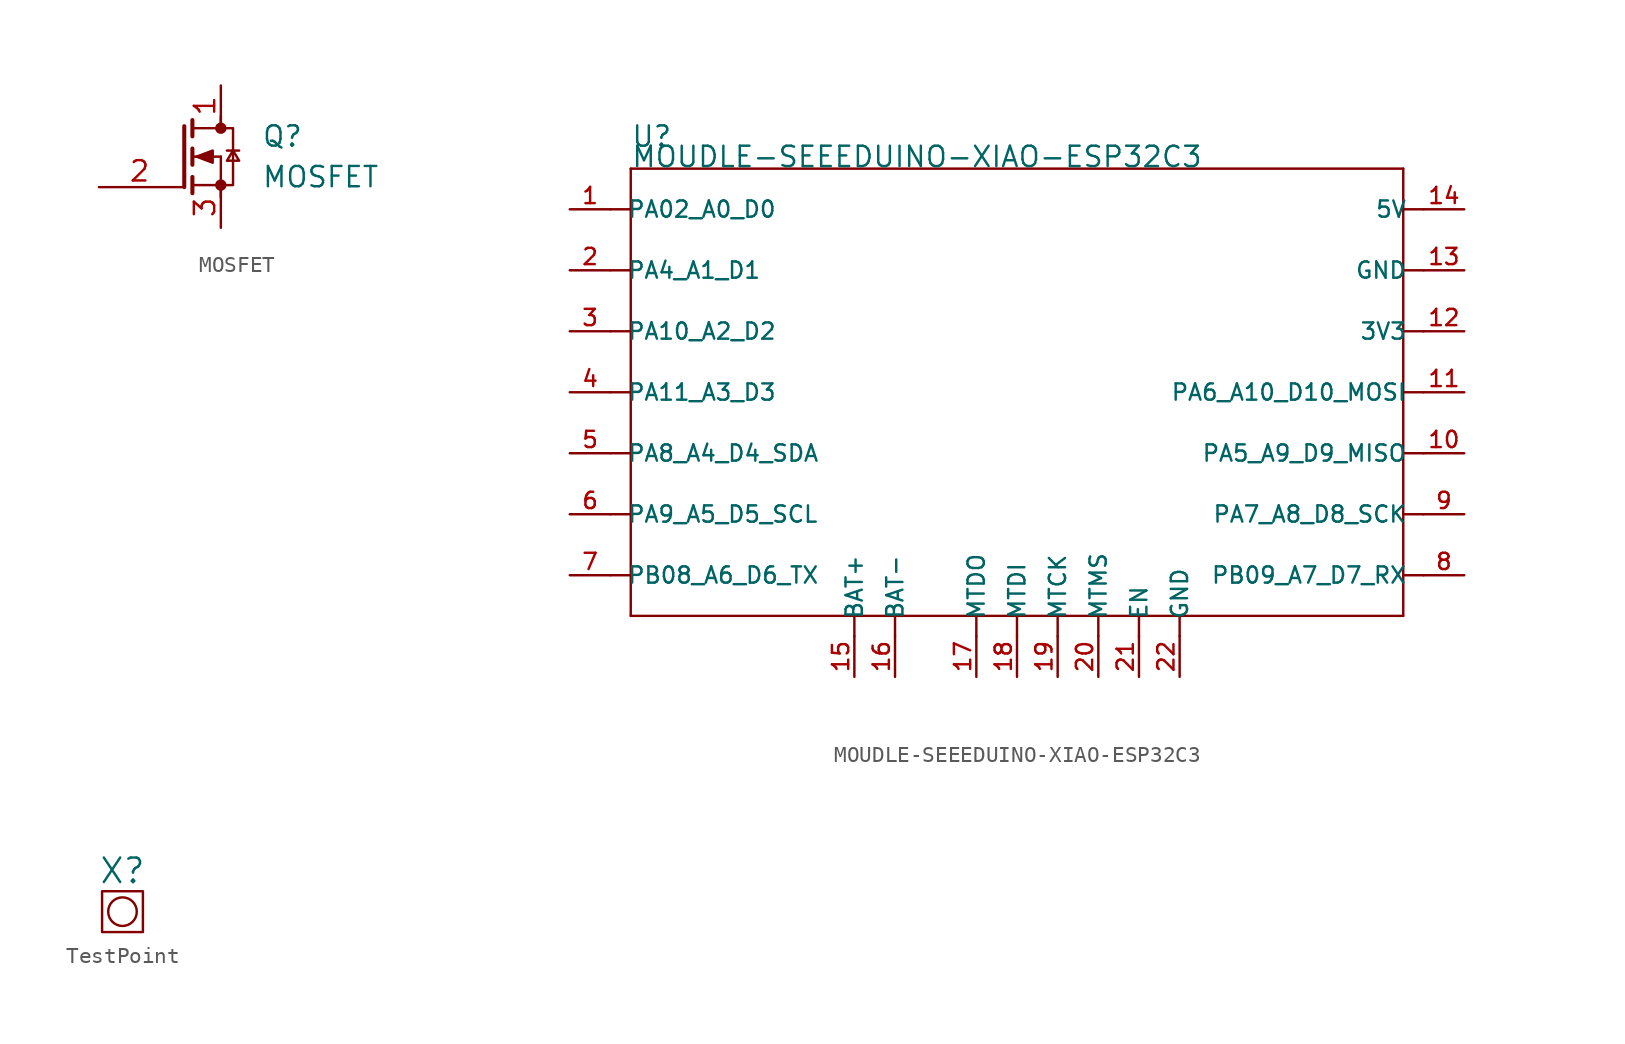
<source format=kicad_sym>
(kicad_symbol_lib
  (version 20220914)
  (generator kicad_symbol_editor)
  (symbol "MOSFET"
    (pin_names
      (offset 0) hide)
    (property "Reference" "Q"
      (at 5.08 0.635 0)
      (effects (font (size 1.27 1.27)) (justify left)))
    (property "Value" "MOSFET"
      (at 5.08 -1.905 0)
      (effects (font (size 1.27 1.27)) (justify left)))
    (symbol "MOSFET_0_1"
      (polyline (pts (xy 0.051 -2.54) (xy 0.254 -2.54)) (stroke (width 0) (type default)) (fill (type none)))
      (polyline (pts (xy 0.762 -2.413) (xy 2.54 -2.413)) (stroke (width 0) (type default)) (fill (type none)))
      (polyline (pts (xy 0.762 -1.905) (xy 0.762 -2.921)) (stroke (width 0.254) (type default)) (fill (type none)))
      (polyline (pts (xy 0.762 -0.635) (xy 2.54 -0.635)) (stroke (width 0) (type default)) (fill (type none)))
      (polyline (pts (xy 0.762 -0.127) (xy 0.762 -1.143)) (stroke (width 0.254) (type default)) (fill (type none)))
      (polyline (pts (xy 0.762 1.143) (xy 2.54 1.143)) (stroke (width 0) (type default)) (fill (type none)))
      (polyline (pts (xy 0.762 1.651) (xy 0.762 0.635)) (stroke (width 0.254) (type default)) (fill (type none)))
      (polyline (pts (xy 2.54 -2.413) (xy 2.54 -3.175)) (stroke (width 0) (type default)) (fill (type none)))
      (polyline (pts (xy 2.54 -2.413) (xy 2.54 -0.635)) (stroke (width 0) (type default)) (fill (type none)))
      (polyline (pts (xy 2.54 1.905) (xy 2.54 1.143)) (stroke (width 0) (type default)) (fill (type none)))
      (polyline (pts (xy 2.921 -0.254) (xy 3.683 -0.254)) (stroke (width 0) (type default)) (fill (type none)))
      (polyline (pts (xy 0.254 1.27) (xy 0.254 -2.54) (xy 0.254 -2.54)) (stroke (width 0.254) (type default)) (fill (type none)))
      (polyline (pts (xy 1.016 -0.635) (xy 2.032 -0.254) (xy 2.032 -1.016) (xy 1.016 -0.635)) (stroke (width 0) (type default)) (fill (type outline)))
      (polyline (pts (xy 2.54 -2.413) (xy 3.302 -2.413) (xy 3.302 1.143) (xy 2.54 1.143)) (stroke (width 0) (type default)) (fill (type none)))
      (polyline (pts (xy 3.302 -0.254) (xy 2.921 -0.889) (xy 3.683 -0.889) (xy 3.302 -0.254)) (stroke (width 0) (type default)) (fill (type none)))
      (circle (center 2.54 -2.413) (radius 0.279) (stroke (width 0) (type default)) (fill (type outline)))
      (circle (center 2.54 1.143) (radius 0.279) (stroke (width 0) (type default)) (fill (type outline))))
    (symbol "MOSFET_1_1"
      (pin passive line (at 2.54 3.81 270) (length 2.54) (name "D" (effects (font (size 1.27 1.27)))) (number "1" (effects (font (size 1.27 1.27)))))
      (pin input line (at -5.08 -2.54 0) (length 5.08) (name "G" (effects (font (size 1.27 1.27)))) (number "2" (effects (font (size 1.27 1.27)))))
      (pin passive line (at 2.54 -5.08 90) (length 2.54) (name "S" (effects (font (size 1.27 1.27)))) (number "3" (effects (font (size 1.27 1.27)))))))
  (symbol "MOUDLE-SEEEDUINO-XIAO-ESP32C3"
    (pin_names
      (offset 1.016))
    (property "Reference" "U"
      (at -24.13 15.24 0)
      (effects (font (size 1.27 1.27)) (justify left bottom)))
    (property "Value" "MOUDLE-SEEEDUINO-XIAO-ESP32C3"
      (at -24.13 13.97 0)
      (effects (font (size 1.27 1.27)) (justify left bottom)))
    (symbol "MOUDLE-SEEEDUINO-XIAO-ESP32C3_0_0"
      (polyline (pts (xy -24.13 -13.97) (xy -24.13 0)) (stroke (width 0.152) (type default)) (fill (type none)))
      (polyline (pts (xy -24.13 -11.43) (xy -25.4 -11.43)) (stroke (width 0.152) (type default)) (fill (type none)))
      (polyline (pts (xy -24.13 -7.62) (xy -25.4 -7.62)) (stroke (width 0.152) (type default)) (fill (type none)))
      (polyline (pts (xy -24.13 -3.81) (xy -25.4 -3.81)) (stroke (width 0.152) (type default)) (fill (type none)))
      (polyline (pts (xy -24.13 0) (xy -25.4 0)) (stroke (width 0.152) (type default)) (fill (type none)))
      (polyline (pts (xy -24.13 0) (xy -24.13 3.81)) (stroke (width 0.152) (type default)) (fill (type none)))
      (polyline (pts (xy -24.13 3.81) (xy -25.4 3.81)) (stroke (width 0.152) (type default)) (fill (type none)))
      (polyline (pts (xy -24.13 3.81) (xy -24.13 7.62)) (stroke (width 0.152) (type default)) (fill (type none)))
      (polyline (pts (xy -24.13 7.62) (xy -25.4 7.62)) (stroke (width 0.152) (type default)) (fill (type none)))
      (polyline (pts (xy -24.13 7.62) (xy -24.13 11.43)) (stroke (width 0.152) (type default)) (fill (type none)))
      (polyline (pts (xy -24.13 11.43) (xy -25.4 11.43)) (stroke (width 0.152) (type default)) (fill (type none)))
      (polyline (pts (xy -24.13 11.43) (xy -24.13 13.97)) (stroke (width 0.152) (type default)) (fill (type none)))
      (polyline (pts (xy -24.13 13.97) (xy 24.13 13.97)) (stroke (width 0.152) (type default)) (fill (type none)))
      (polyline (pts (xy -10.16 -13.97) (xy -10.16 -15.24)) (stroke (width 0.152) (type default)) (fill (type none)))
      (polyline (pts (xy -7.62 -13.97) (xy -7.62 -15.24)) (stroke (width 0.152) (type default)) (fill (type none)))
      (polyline (pts (xy -2.54 -13.97) (xy -2.54 -15.24)) (stroke (width 0.152) (type default)) (fill (type none)))
      (polyline (pts (xy 0 -13.97) (xy 0 -15.24)) (stroke (width 0.152) (type default)) (fill (type none)))
      (polyline (pts (xy 2.54 -13.97) (xy 2.54 -15.24)) (stroke (width 0.152) (type default)) (fill (type none)))
      (polyline (pts (xy 5.08 -13.97) (xy 5.08 -15.24)) (stroke (width 0.152) (type default)) (fill (type none)))
      (polyline (pts (xy 7.62 -13.97) (xy 7.62 -15.24)) (stroke (width 0.152) (type default)) (fill (type none)))
      (polyline (pts (xy 10.16 -13.97) (xy 10.16 -15.24)) (stroke (width 0.152) (type default)) (fill (type none)))
      (polyline (pts (xy 24.13 -13.97) (xy -24.13 -13.97)) (stroke (width 0.152) (type default)) (fill (type none)))
      (polyline (pts (xy 24.13 3.81) (xy 24.13 -13.97)) (stroke (width 0.152) (type default)) (fill (type none)))
      (polyline (pts (xy 24.13 7.62) (xy 24.13 3.81)) (stroke (width 0.152) (type default)) (fill (type none)))
      (polyline (pts (xy 24.13 11.43) (xy 24.13 7.62)) (stroke (width 0.152) (type default)) (fill (type none)))
      (polyline (pts (xy 24.13 13.97) (xy 24.13 11.43)) (stroke (width 0.152) (type default)) (fill (type none)))
      (polyline (pts (xy 25.4 -11.43) (xy 24.13 -11.43)) (stroke (width 0.152) (type default)) (fill (type none)))
      (polyline (pts (xy 25.4 -7.62) (xy 24.13 -7.62)) (stroke (width 0.152) (type default)) (fill (type none)))
      (polyline (pts (xy 25.4 -3.81) (xy 24.13 -3.81)) (stroke (width 0.152) (type default)) (fill (type none)))
      (polyline (pts (xy 25.4 0) (xy 24.13 0)) (stroke (width 0.152) (type default)) (fill (type none)))
      (polyline (pts (xy 25.4 3.81) (xy 24.13 3.81)) (stroke (width 0.152) (type default)) (fill (type none)))
      (polyline (pts (xy 25.4 7.62) (xy 24.13 7.62)) (stroke (width 0.152) (type default)) (fill (type none)))
      (polyline (pts (xy 25.4 11.43) (xy 24.13 11.43)) (stroke (width 0.152) (type default)) (fill (type none)))
      (pin bidirectional line (at -27.94 11.43 0) (length 2.54) (name "PA02_A0_D0" (effects (font (size 1.016 1.016)))) (number "1" (effects (font (size 1.016 1.016)))))
      (pin bidirectional line (at 27.94 -3.81 180) (length 2.54) (name "PA5_A9_D9_MISO" (effects (font (size 1.016 1.016)))) (number "10" (effects (font (size 1.016 1.016)))))
      (pin bidirectional line (at 27.94 0 180) (length 2.54) (name "PA6_A10_D10_MOSI" (effects (font (size 1.016 1.016)))) (number "11" (effects (font (size 1.016 1.016)))))
      (pin power_in line (at 27.94 3.81 180) (length 2.54) (name "3V3" (effects (font (size 1.016 1.016)))) (number "12" (effects (font (size 1.016 1.016)))))
      (pin power_in line (at 27.94 7.62 180) (length 2.54) (name "GND" (effects (font (size 1.016 1.016)))) (number "13" (effects (font (size 1.016 1.016)))))
      (pin power_in line (at 27.94 11.43 180) (length 2.54) (name "5V" (effects (font (size 1.016 1.016)))) (number "14" (effects (font (size 1.016 1.016)))))
      (pin power_in line (at -10.16 -17.78 90) (length 2.54) (name "BAT+" (effects (font (size 1.016 1.016)))) (number "15" (effects (font (size 1.016 1.016)))))
      (pin power_in line (at -7.62 -17.78 90) (length 2.54) (name "BAT-" (effects (font (size 1.016 1.016)))) (number "16" (effects (font (size 1.016 1.016)))))
      (pin output line (at -2.54 -17.78 90) (length 2.54) (name "MTDO" (effects (font (size 1.016 1.016)))) (number "17" (effects (font (size 1.016 1.016)))))
      (pin input line (at 0 -17.78 90) (length 2.54) (name "MTDI" (effects (font (size 1.016 1.016)))) (number "18" (effects (font (size 1.016 1.016)))))
      (pin bidirectional line (at 2.54 -17.78 90) (length 2.54) (name "MTCK" (effects (font (size 1.016 1.016)))) (number "19" (effects (font (size 1.016 1.016)))))
      (pin bidirectional line (at -27.94 7.62 0) (length 2.54) (name "PA4_A1_D1" (effects (font (size 1.016 1.016)))) (number "2" (effects (font (size 1.016 1.016)))))
      (pin bidirectional line (at 5.08 -17.78 90) (length 2.54) (name "MTMS" (effects (font (size 1.016 1.016)))) (number "20" (effects (font (size 1.016 1.016)))))
      (pin input line (at 7.62 -17.78 90) (length 2.54) (name "EN" (effects (font (size 1.016 1.016)))) (number "21" (effects (font (size 1.016 1.016)))))
      (pin power_in line (at 10.16 -17.78 90) (length 2.54) (name "GND" (effects (font (size 1.016 1.016)))) (number "22" (effects (font (size 1.016 1.016)))))
      (pin bidirectional line (at -27.94 3.81 0) (length 2.54) (name "PA10_A2_D2" (effects (font (size 1.016 1.016)))) (number "3" (effects (font (size 1.016 1.016)))))
      (pin bidirectional line (at -27.94 0 0) (length 2.54) (name "PA11_A3_D3" (effects (font (size 1.016 1.016)))) (number "4" (effects (font (size 1.016 1.016)))))
      (pin bidirectional line (at -27.94 -3.81 0) (length 2.54) (name "PA8_A4_D4_SDA" (effects (font (size 1.016 1.016)))) (number "5" (effects (font (size 1.016 1.016)))))
      (pin bidirectional line (at -27.94 -7.62 0) (length 2.54) (name "PA9_A5_D5_SCL" (effects (font (size 1.016 1.016)))) (number "6" (effects (font (size 1.016 1.016)))))
      (pin bidirectional line (at -27.94 -11.43 0) (length 2.54) (name "PB08_A6_D6_TX" (effects (font (size 1.016 1.016)))) (number "7" (effects (font (size 1.016 1.016)))))
      (pin bidirectional line (at 27.94 -11.43 180) (length 2.54) (name "PB09_A7_D7_RX" (effects (font (size 1.016 1.016)))) (number "8" (effects (font (size 1.016 1.016)))))
      (pin bidirectional line (at 27.94 -7.62 180) (length 2.54) (name "PA7_A8_D8_SCK" (effects (font (size 1.016 1.016)))) (number "9" (effects (font (size 1.016 1.016)))))))
  (symbol "TestPoint"
    (pin_names
      (offset 1.016))
    (property "Reference" "X"
      (at 0 2.54 0)
      (effects (font (size 1.524 1.524))))
    (symbol "TestPoint_0_1"
      (rectangle (start -1.27 1.27) (end 1.27 -1.27) (stroke (width 0) (type default)) (fill (type none)))
      (circle (center 0 0) (radius 0.889) (stroke (width 0) (type default)) (fill (type none))))
    (symbol "TestPoint_1_1"
      (pin input line (at 0 0 0) (length 0) hide (name "~" (effects (font (size 1.27 1.27)))) (number "1" (effects (font (size 1.27 1.27))))))))
</source>
